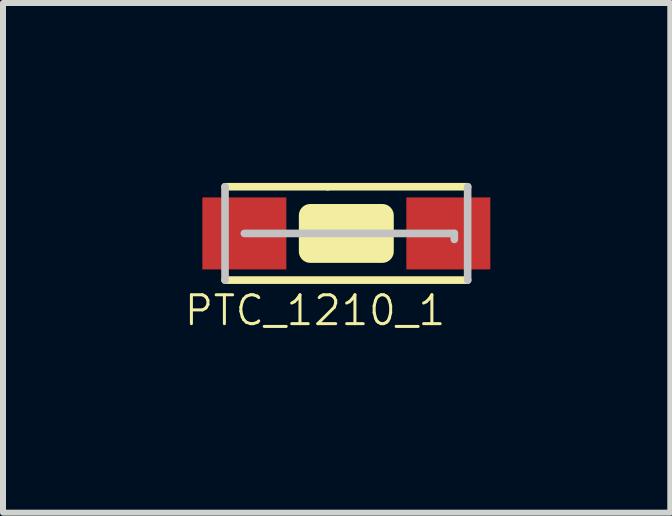
<source format=kicad_pcb>
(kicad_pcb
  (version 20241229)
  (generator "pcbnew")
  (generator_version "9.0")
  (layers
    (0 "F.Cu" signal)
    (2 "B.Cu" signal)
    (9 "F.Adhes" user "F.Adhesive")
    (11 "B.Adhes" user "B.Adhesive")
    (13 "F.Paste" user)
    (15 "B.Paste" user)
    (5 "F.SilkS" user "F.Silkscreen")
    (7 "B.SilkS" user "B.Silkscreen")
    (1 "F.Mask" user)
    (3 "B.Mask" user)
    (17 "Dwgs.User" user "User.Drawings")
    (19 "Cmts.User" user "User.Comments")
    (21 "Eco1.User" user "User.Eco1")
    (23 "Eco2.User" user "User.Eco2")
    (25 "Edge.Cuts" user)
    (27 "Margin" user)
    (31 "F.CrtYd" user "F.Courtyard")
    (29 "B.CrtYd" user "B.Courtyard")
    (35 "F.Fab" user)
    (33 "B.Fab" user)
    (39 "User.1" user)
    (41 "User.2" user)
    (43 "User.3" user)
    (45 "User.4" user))
  (footprint "PTC_1210_1"
    (layer "F.Cu")
    (at 2.723 0.841)
    (property "Reference" "PTC_1210_1" (at -0.521 1.284 0) (layer "F.SilkS") (effects (font (size 0.481 0.481) (thickness 0.05))))
    (attr smd)
    (fp_line (start -2.022 -0.778) (end -0.311 -0.778) (stroke (width 0.127) (type solid)) (layer "F.SilkS"))
    (fp_line (start -0.311 -0.778) (end 2.022 -0.778) (stroke (width 0.127) (type solid)) (layer "F.SilkS"))
    (fp_line (start 2.022 0.778) (end -2.022 0.778) (stroke (width 0.127) (type solid)) (layer "F.SilkS"))
    (fp_poly (pts (xy -0.601 -0.3) (xy 0.6 -0.3) (xy 0.6 0.3) (xy -0.601 0.3)) (stroke (width 0.381) (type solid)) (fill yes) (layer "F.SilkS"))
    (fp_line (start -2.022 0.778) (end -2.022 -0.778) (stroke (width 0.127) (type solid)) (layer "Dwgs.User"))
    (fp_line (start -1.7 0) (end 1.8 0) (stroke (width 0.127) (type solid)) (layer "Dwgs.User"))
    (fp_line (start 1.8 0) (end 1.8 0.1) (stroke (width 0.127) (type solid)) (layer "Dwgs.User"))
    (fp_line (start 2.022 -0.778) (end 2.022 0.778) (stroke (width 0.127) (type solid)) (layer "Dwgs.User"))
    (pad "1" smd rect (at -1.7 0) (size 1.4 1.2) (layers "F.Cu" "F.Mask" "F.Paste"))
    (pad "2" smd rect (at 1.7 0) (size 1.4 1.2) (layers "F.Cu" "F.Mask" "F.Paste")))
  (gr_rect
    (start -3 -3)
    (end 8.123 5.495)
    (stroke (width 0.1) (type default))
    (fill no)
    (layer "Edge.Cuts")))
</source>
